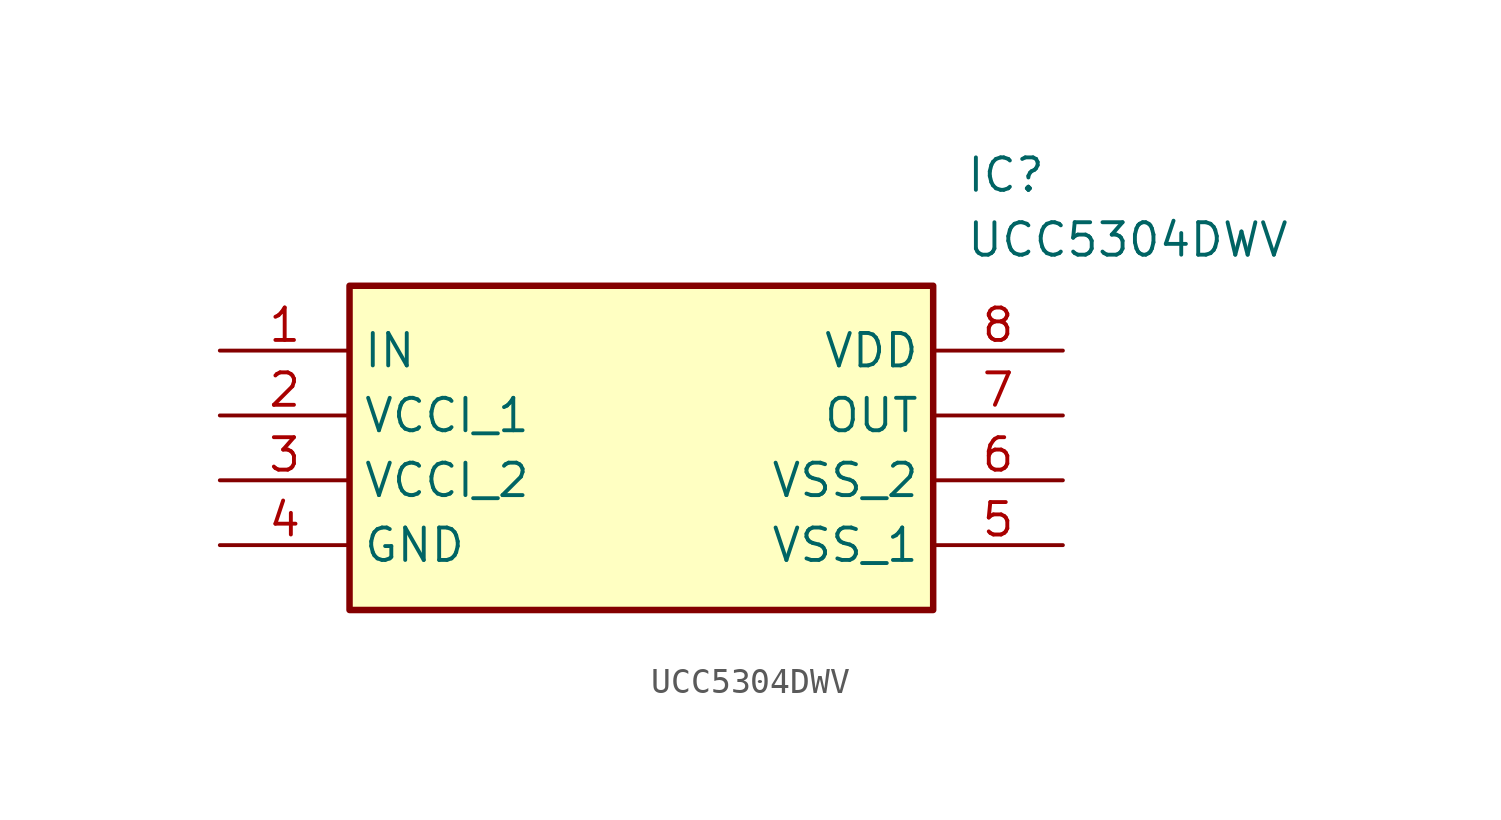
<source format=kicad_sym>
(kicad_symbol_lib
  (version 20220914)
  (generator kicad_symbol_editor)
  (symbol "UCC5304DWV"
    (property "Reference" "IC"
      (at 29.21 7.62 0)
      (effects (font (size 1.27 1.27)) (justify left top)))
    (property "Value" "UCC5304DWV"
      (at 29.21 5.08 0)
      (effects (font (size 1.27 1.27)) (justify left top)))
    (symbol "UCC5304DWV_1_1"
      (rectangle (start 5.08 2.54) (end 27.94 -10.16) (stroke (width 0.254) (type default)) (fill (type background)))
      (pin passive line (at 0 0 0) (length 5.08) (name "IN" (effects (font (size 1.27 1.27)))) (number "1" (effects (font (size 1.27 1.27)))))
      (pin passive line (at 0 -2.54 0) (length 5.08) (name "VCCI_1" (effects (font (size 1.27 1.27)))) (number "2" (effects (font (size 1.27 1.27)))))
      (pin passive line (at 0 -5.08 0) (length 5.08) (name "VCCI_2" (effects (font (size 1.27 1.27)))) (number "3" (effects (font (size 1.27 1.27)))))
      (pin passive line (at 0 -7.62 0) (length 5.08) (name "GND" (effects (font (size 1.27 1.27)))) (number "4" (effects (font (size 1.27 1.27)))))
      (pin passive line (at 33.02 -7.62 180) (length 5.08) (name "VSS_1" (effects (font (size 1.27 1.27)))) (number "5" (effects (font (size 1.27 1.27)))))
      (pin passive line (at 33.02 -5.08 180) (length 5.08) (name "VSS_2" (effects (font (size 1.27 1.27)))) (number "6" (effects (font (size 1.27 1.27)))))
      (pin passive line (at 33.02 -2.54 180) (length 5.08) (name "OUT" (effects (font (size 1.27 1.27)))) (number "7" (effects (font (size 1.27 1.27)))))
      (pin passive line (at 33.02 0 180) (length 5.08) (name "VDD" (effects (font (size 1.27 1.27)))) (number "8" (effects (font (size 1.27 1.27))))))))
</source>
